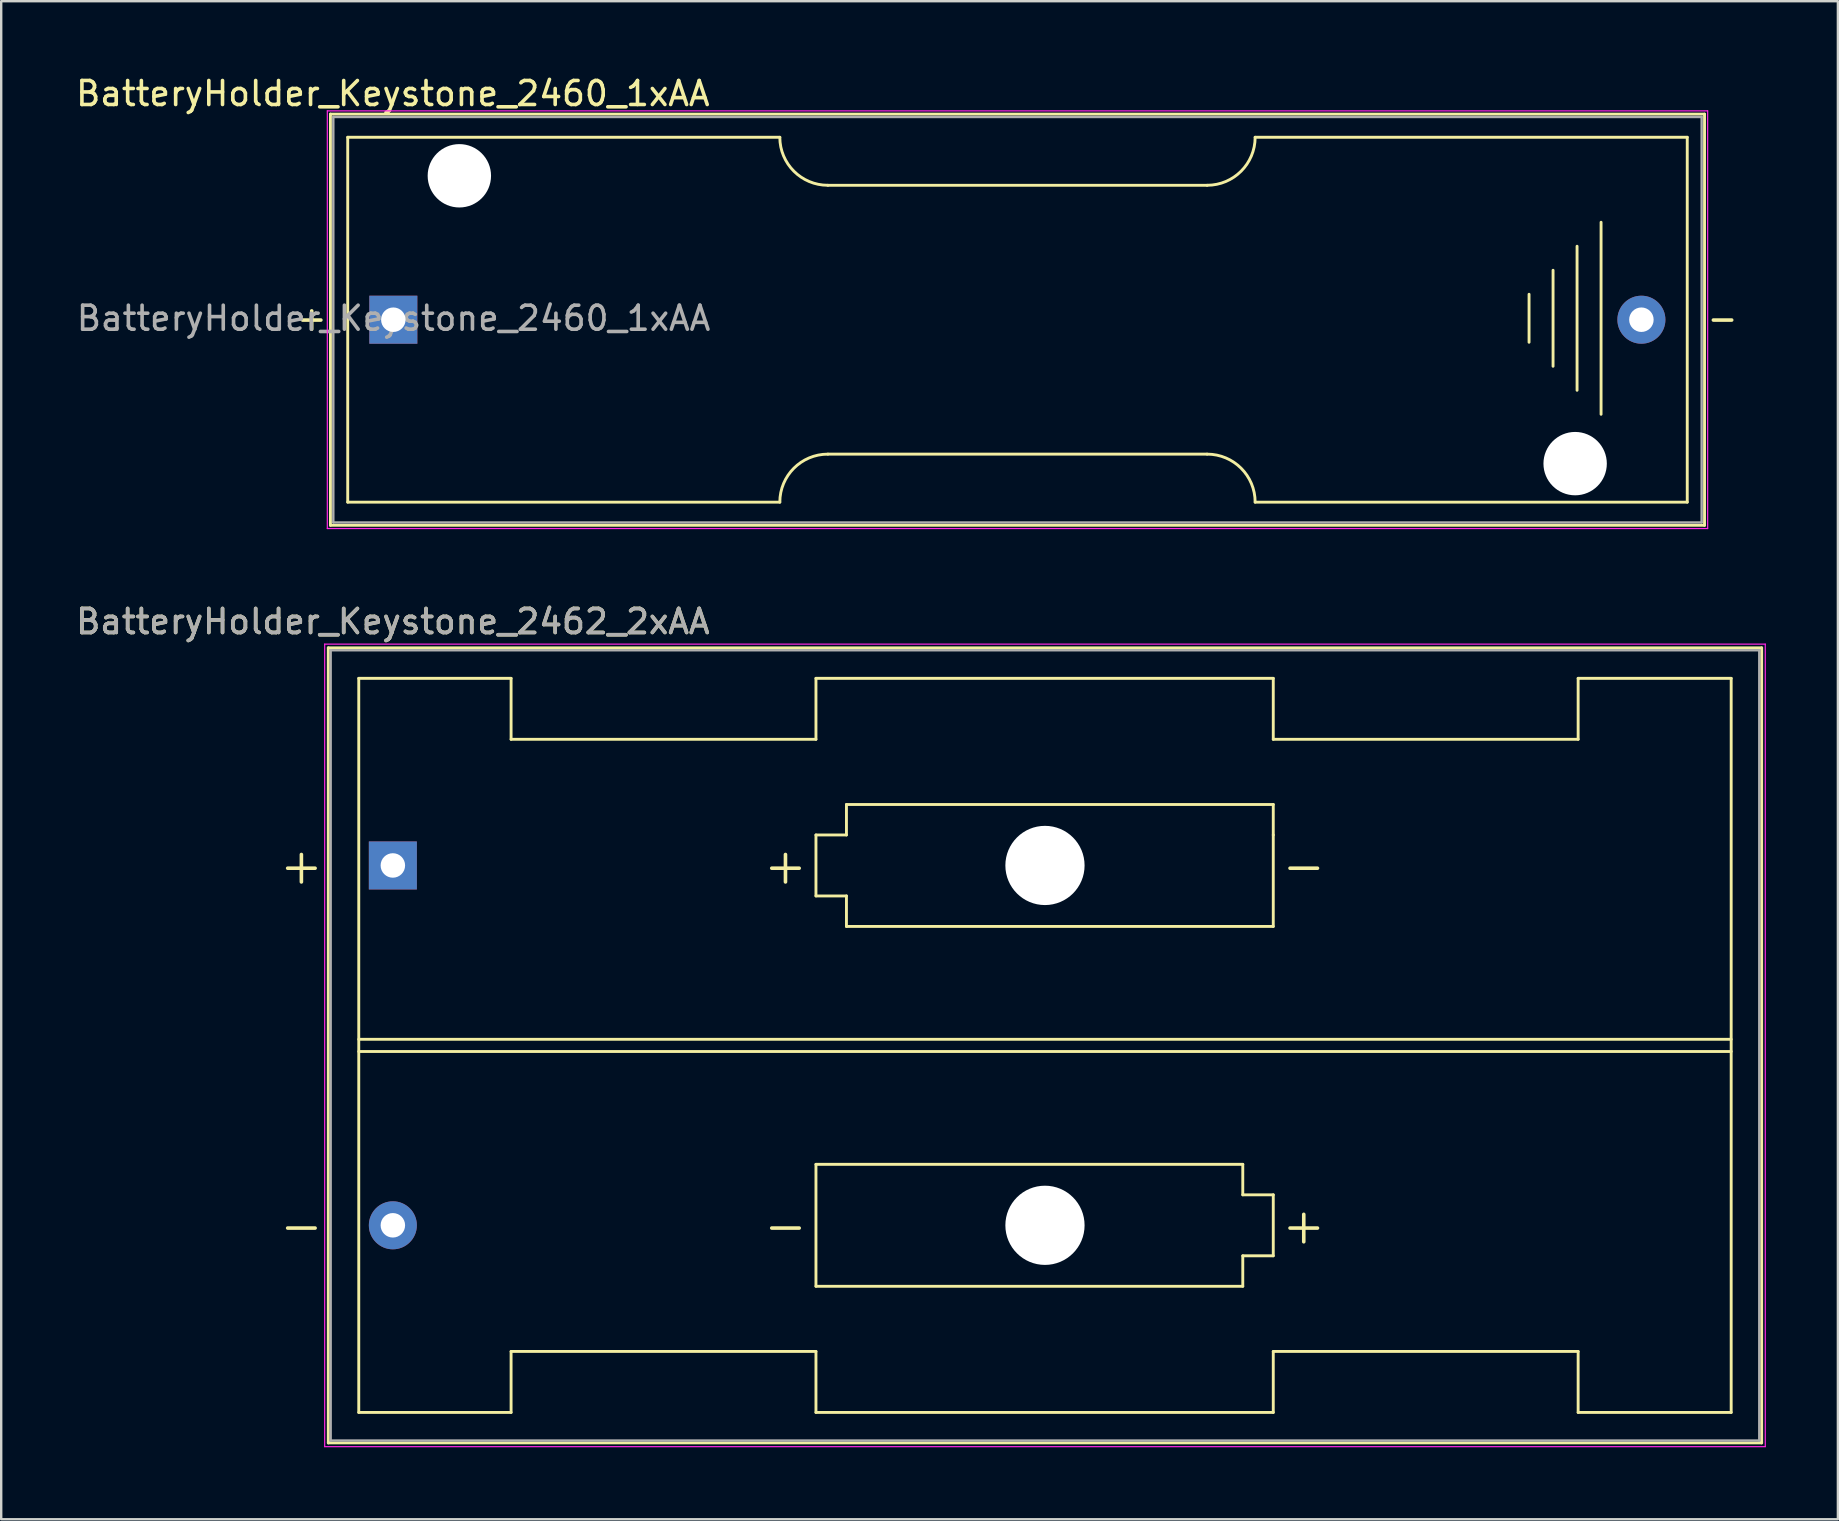
<source format=kicad_pcb>
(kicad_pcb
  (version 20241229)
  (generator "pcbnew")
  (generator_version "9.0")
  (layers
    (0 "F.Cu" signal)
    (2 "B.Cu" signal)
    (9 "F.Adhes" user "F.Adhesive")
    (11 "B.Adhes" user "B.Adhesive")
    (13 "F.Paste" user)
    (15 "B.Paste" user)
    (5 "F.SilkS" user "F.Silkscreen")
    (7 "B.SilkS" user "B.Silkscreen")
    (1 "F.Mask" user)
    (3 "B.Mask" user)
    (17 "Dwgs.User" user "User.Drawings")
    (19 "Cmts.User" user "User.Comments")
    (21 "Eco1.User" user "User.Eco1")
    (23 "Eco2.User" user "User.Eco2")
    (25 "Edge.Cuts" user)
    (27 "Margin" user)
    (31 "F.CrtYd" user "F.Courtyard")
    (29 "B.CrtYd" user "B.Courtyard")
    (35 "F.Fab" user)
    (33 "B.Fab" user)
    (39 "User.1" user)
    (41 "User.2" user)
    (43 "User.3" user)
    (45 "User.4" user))
  (footprint "BatteryHolder_Keystone_2460_1xAA"
    (layer "F.Cu")
    (at 13.335 10.268)
    (property "Reference" "BatteryHolder_Keystone_2460_1xAA" (at -0.02 -9.42 180) (layer "F.SilkS") (effects (font (size 1 1) (thickness 0.15))))
    (attr through_hole)
    (fp_line (start -2.62 -8.565) (end 54.62 -8.565) (stroke (width 0.12) (type solid)) (layer "F.SilkS"))
    (fp_line (start -2.62 8.565) (end -2.62 -8.565) (stroke (width 0.12) (type solid)) (layer "F.SilkS"))
    (fp_line (start -1.9 -7.6) (end -1.9 7.6) (stroke (width 0.12) (type solid)) (layer "F.SilkS"))
    (fp_line (start -1.9 -7.6) (end 16.1 -7.6) (stroke (width 0.12) (type solid)) (layer "F.SilkS"))
    (fp_line (start -1.9 7.6) (end 16.1 7.6) (stroke (width 0.12) (type solid)) (layer "F.SilkS"))
    (fp_line (start 18.1 -5.6) (end 33.9 -5.6) (stroke (width 0.12) (type solid)) (layer "F.SilkS"))
    (fp_line (start 33.9 5.6) (end 18.1 5.6) (stroke (width 0.12) (type solid)) (layer "F.SilkS"))
    (fp_line (start 35.9 -7.6) (end 53.9 -7.6) (stroke (width 0.12) (type solid)) (layer "F.SilkS"))
    (fp_line (start 35.9 7.6) (end 53.9 7.6) (stroke (width 0.12) (type solid)) (layer "F.SilkS"))
    (fp_line (start 47.31 -1.06) (end 47.31 0.94) (stroke (width 0.12) (type solid)) (layer "F.SilkS"))
    (fp_line (start 48.31 -2.06) (end 48.31 1.94) (stroke (width 0.12) (type solid)) (layer "F.SilkS"))
    (fp_line (start 49.31 2.94) (end 49.31 -3.06) (stroke (width 0.12) (type solid)) (layer "F.SilkS"))
    (fp_line (start 50.31 -4.06) (end 50.31 3.94) (stroke (width 0.12) (type solid)) (layer "F.SilkS"))
    (fp_line (start 53.9 -7.6) (end 53.9 7.6) (stroke (width 0.12) (type solid)) (layer "F.SilkS"))
    (fp_line (start 54.62 -8.565) (end 54.62 8.565) (stroke (width 0.12) (type solid)) (layer "F.SilkS"))
    (fp_line (start 54.62 8.565) (end -2.62 8.565) (stroke (width 0.12) (type solid)) (layer "F.SilkS"))
    (fp_arc (start 16.1 7.6) (mid 16.685786 6.185786) (end 18.1 5.6) (stroke (width 0.12) (type solid)) (layer "F.SilkS"))
    (fp_arc (start 18.1 -5.6) (mid 16.685786 -6.185786) (end 16.1 -7.6) (stroke (width 0.12) (type solid)) (layer "F.SilkS"))
    (fp_arc (start 33.9 5.6) (mid 35.314214 6.185786) (end 35.9 7.6) (stroke (width 0.12) (type solid)) (layer "F.SilkS"))
    (fp_arc (start 35.9 -7.6) (mid 35.314214 -6.185786) (end 33.9 -5.6) (stroke (width 0.12) (type solid)) (layer "F.SilkS"))
    (fp_line (start -2.75 -8.7) (end 54.75 -8.7) (stroke (width 0.05) (type solid)) (layer "F.CrtYd"))
    (fp_line (start -2.75 8.7) (end -2.75 -8.7) (stroke (width 0.05) (type solid)) (layer "F.CrtYd"))
    (fp_line (start 54.75 -8.7) (end 54.75 8.7) (stroke (width 0.05) (type solid)) (layer "F.CrtYd"))
    (fp_line (start 54.75 8.7) (end -2.75 8.7) (stroke (width 0.05) (type solid)) (layer "F.CrtYd"))
    (fp_line (start -2.5 -8.445) (end -2.5 8.445) (stroke (width 0.1) (type solid)) (layer "F.Fab"))
    (fp_line (start -2.5 8.445) (end 54.5 8.445) (stroke (width 0.1) (type solid)) (layer "F.Fab"))
    (fp_line (start 54.5 -8.445) (end -2.5 -8.445) (stroke (width 0.1) (type solid)) (layer "F.Fab"))
    (fp_line (start 54.5 8.445) (end 54.5 -8.445) (stroke (width 0.1) (type solid)) (layer "F.Fab"))
    (fp_text user "-" (at 55.37 -0.06 0) (layer "F.SilkS") (effects (font (size 1 1) (thickness 0.15))))
    (fp_text user "+" (at -3.4 -0.06 0) (layer "F.SilkS") (effects (font (size 1 1) (thickness 0.15))))
    (fp_text user "${REFERENCE}" (at 0.01 -0.06 0) (layer "F.Fab") (effects (font (size 1 1) (thickness 0.15))))
    (pad "" np_thru_hole circle (at 2.75 -5.995 90) (size 2.64 2.64) (drill 2.64) (layers "*.Cu" "*.Mask"))
    (pad "" np_thru_hole circle (at 49.23 5.995) (size 2.64 2.64) (drill 2.64) (layers "*.Cu" "*.Mask"))
    (pad "1" thru_hole rect (at 0 0 180) (size 2 2) (drill 1.02) (layers "*.Cu" "*.Mask"))
    (pad "2" thru_hole circle (at 51.99 0 180) (size 2 2) (drill 1.02) (layers "*.Cu" "*.Mask")))
  (footprint "BatteryHolder_Keystone_2462_2xAA"
    (layer "F.Cu")
    (at 13.315 33.002)
    (property "Reference" "BatteryHolder_Keystone_2462_2xAA" (at 0 -10.16 180) (layer "F.SilkS") (effects (font (size 1 1) (thickness 0.15))))
    (attr through_hole)
    (fp_line (start -2.69 -9.065) (end -2.69 24.055) (stroke (width 0.12) (type solid)) (layer "F.SilkS"))
    (fp_line (start -2.69 24.055) (end 57.02 24.055) (stroke (width 0.12) (type solid)) (layer "F.SilkS"))
    (fp_line (start -1.42 -7.795) (end -1.42 22.785) (stroke (width 0.12) (type solid)) (layer "F.SilkS"))
    (fp_line (start -1.42 7.241) (end 55.75 7.241) (stroke (width 0.12) (type solid)) (layer "F.SilkS"))
    (fp_line (start -1.42 22.785) (end 4.925 22.785) (stroke (width 0.12) (type solid)) (layer "F.SilkS"))
    (fp_line (start 4.925 -7.795) (end -1.42 -7.795) (stroke (width 0.12) (type solid)) (layer "F.SilkS"))
    (fp_line (start 4.925 -5.255) (end 4.925 -7.795) (stroke (width 0.12) (type solid)) (layer "F.SilkS"))
    (fp_line (start 4.925 -5.255) (end 17.625 -5.255) (stroke (width 0.12) (type solid)) (layer "F.SilkS"))
    (fp_line (start 4.925 20.245) (end 17.625 20.245) (stroke (width 0.12) (type solid)) (layer "F.SilkS"))
    (fp_line (start 4.925 22.785) (end 4.925 20.245) (stroke (width 0.12) (type solid)) (layer "F.SilkS"))
    (fp_line (start 17.625 -7.795) (end 17.625 -5.255) (stroke (width 0.12) (type solid)) (layer "F.SilkS"))
    (fp_line (start 17.625 -1.27) (end 18.895 -1.27) (stroke (width 0.12) (type solid)) (layer "F.SilkS"))
    (fp_line (start 17.625 1.27) (end 17.625 -1.27) (stroke (width 0.12) (type solid)) (layer "F.SilkS"))
    (fp_line (start 17.625 12.45) (end 35.405 12.45) (stroke (width 0.12) (type solid)) (layer "F.SilkS"))
    (fp_line (start 17.625 17.53) (end 17.625 12.45) (stroke (width 0.12) (type solid)) (layer "F.SilkS"))
    (fp_line (start 17.625 20.245) (end 17.625 22.785) (stroke (width 0.12) (type solid)) (layer "F.SilkS"))
    (fp_line (start 17.625 22.785) (end 36.675 22.785) (stroke (width 0.12) (type solid)) (layer "F.SilkS"))
    (fp_line (start 18.895 -2.54) (end 36.675 -2.54) (stroke (width 0.12) (type solid)) (layer "F.SilkS"))
    (fp_line (start 18.895 -1.27) (end 18.895 -2.54) (stroke (width 0.12) (type solid)) (layer "F.SilkS"))
    (fp_line (start 18.895 1.27) (end 17.625 1.27) (stroke (width 0.12) (type solid)) (layer "F.SilkS"))
    (fp_line (start 18.895 2.54) (end 18.895 1.27) (stroke (width 0.12) (type solid)) (layer "F.SilkS"))
    (fp_line (start 35.405 12.45) (end 35.405 13.72) (stroke (width 0.12) (type solid)) (layer "F.SilkS"))
    (fp_line (start 35.405 13.72) (end 36.675 13.72) (stroke (width 0.12) (type solid)) (layer "F.SilkS"))
    (fp_line (start 35.405 16.26) (end 35.405 17.53) (stroke (width 0.12) (type solid)) (layer "F.SilkS"))
    (fp_line (start 35.405 17.53) (end 17.625 17.53) (stroke (width 0.12) (type solid)) (layer "F.SilkS"))
    (fp_line (start 36.675 -7.795) (end 17.625 -7.795) (stroke (width 0.12) (type solid)) (layer "F.SilkS"))
    (fp_line (start 36.675 -5.255) (end 36.675 -7.795) (stroke (width 0.12) (type solid)) (layer "F.SilkS"))
    (fp_line (start 36.675 -2.54) (end 36.675 -1.27) (stroke (width 0.12) (type solid)) (layer "F.SilkS"))
    (fp_line (start 36.675 -1.27) (end 36.675 2.54) (stroke (width 0.12) (type solid)) (layer "F.SilkS"))
    (fp_line (start 36.675 2.54) (end 18.895 2.54) (stroke (width 0.12) (type solid)) (layer "F.SilkS"))
    (fp_line (start 36.675 13.72) (end 36.675 16.26) (stroke (width 0.12) (type solid)) (layer "F.SilkS"))
    (fp_line (start 36.675 16.26) (end 35.405 16.26) (stroke (width 0.12) (type solid)) (layer "F.SilkS"))
    (fp_line (start 36.675 22.785) (end 36.675 20.245) (stroke (width 0.12) (type solid)) (layer "F.SilkS"))
    (fp_line (start 49.375 -7.795) (end 49.375 -5.255) (stroke (width 0.12) (type solid)) (layer "F.SilkS"))
    (fp_line (start 49.375 -5.255) (end 36.675 -5.255) (stroke (width 0.12) (type solid)) (layer "F.SilkS"))
    (fp_line (start 49.375 20.245) (end 36.675 20.245) (stroke (width 0.12) (type solid)) (layer "F.SilkS"))
    (fp_line (start 49.375 22.785) (end 49.375 20.245) (stroke (width 0.12) (type solid)) (layer "F.SilkS"))
    (fp_line (start 55.75 -7.795) (end 49.375 -7.795) (stroke (width 0.12) (type solid)) (layer "F.SilkS"))
    (fp_line (start 55.75 -7.795) (end 55.75 22.785) (stroke (width 0.12) (type solid)) (layer "F.SilkS"))
    (fp_line (start 55.75 7.749) (end -1.42 7.749) (stroke (width 0.12) (type solid)) (layer "F.SilkS"))
    (fp_line (start 55.75 22.785) (end 49.375 22.785) (stroke (width 0.12) (type solid)) (layer "F.SilkS"))
    (fp_line (start 57.02 -9.065) (end -2.69 -9.065) (stroke (width 0.12) (type solid)) (layer "F.SilkS"))
    (fp_line (start 57.02 24.055) (end 57.02 -9.065) (stroke (width 0.12) (type solid)) (layer "F.SilkS"))
    (fp_line (start -2.84 -9.22) (end -2.84 24.21) (stroke (width 0.05) (type solid)) (layer "F.CrtYd"))
    (fp_line (start -2.84 24.21) (end 57.17 24.21) (stroke (width 0.05) (type solid)) (layer "F.CrtYd"))
    (fp_line (start 57.17 -9.22) (end -2.84 -9.22) (stroke (width 0.05) (type solid)) (layer "F.CrtYd"))
    (fp_line (start 57.17 24.21) (end 57.17 -9.22) (stroke (width 0.05) (type solid)) (layer "F.CrtYd"))
    (fp_line (start -2.59 -8.965) (end 56.92 -8.965) (stroke (width 0.1) (type solid)) (layer "F.Fab"))
    (fp_line (start -2.59 23.955) (end -2.59 -8.965) (stroke (width 0.1) (type solid)) (layer "F.Fab"))
    (fp_line (start -2.59 23.955) (end 56.92 23.955) (stroke (width 0.1) (type solid)) (layer "F.Fab"))
    (fp_line (start 56.92 23.955) (end 56.92 -8.965) (stroke (width 0.1) (type solid)) (layer "F.Fab"))
    (fp_text user "-" (at -3.81 14.99 0) (layer "F.SilkS") (effects (font (size 1.5 1.5) (thickness 0.15))))
    (fp_text user "+" (at 37.945 14.99 0) (layer "F.SilkS") (effects (font (size 1.5 1.5) (thickness 0.15))))
    (fp_text user "-" (at 37.945 0 0) (layer "F.SilkS") (effects (font (size 1.5 1.5) (thickness 0.15))))
    (fp_text user "+" (at 16.355 0 0) (layer "F.SilkS") (effects (font (size 1.5 1.5) (thickness 0.15))))
    (fp_text user "-" (at 16.355 14.99 0) (layer "F.SilkS") (effects (font (size 1.5 1.5) (thickness 0.15))))
    (fp_text user "+" (at -3.81 0 0) (layer "F.SilkS") (effects (font (size 1.5 1.5) (thickness 0.15))))
    (fp_text user "${REFERENCE}" (at 0 -10.16 0) (layer "F.Fab") (effects (font (size 1 1) (thickness 0.15))))
    (pad "" np_thru_hole circle (at 27.165 0) (size 3.3 3.3) (drill 3.3) (layers "*.Cu" "*.Mask"))
    (pad "" np_thru_hole circle (at 27.165 14.99) (size 3.3 3.3) (drill 3.3) (layers "*.Cu" "*.Mask"))
    (pad "1" thru_hole rect (at 0 0) (size 2 2) (drill 1.02) (layers "*.Cu" "*.Mask"))
    (pad "2" thru_hole circle (at 0 14.99) (size 2 2) (drill 1.02) (layers "*.Cu" "*.Mask")))
  (gr_rect
    (start -3 -3)
    (end 73.51 60.236)
    (stroke (width 0.1) (type default))
    (fill no)
    (layer "Edge.Cuts")))
</source>
